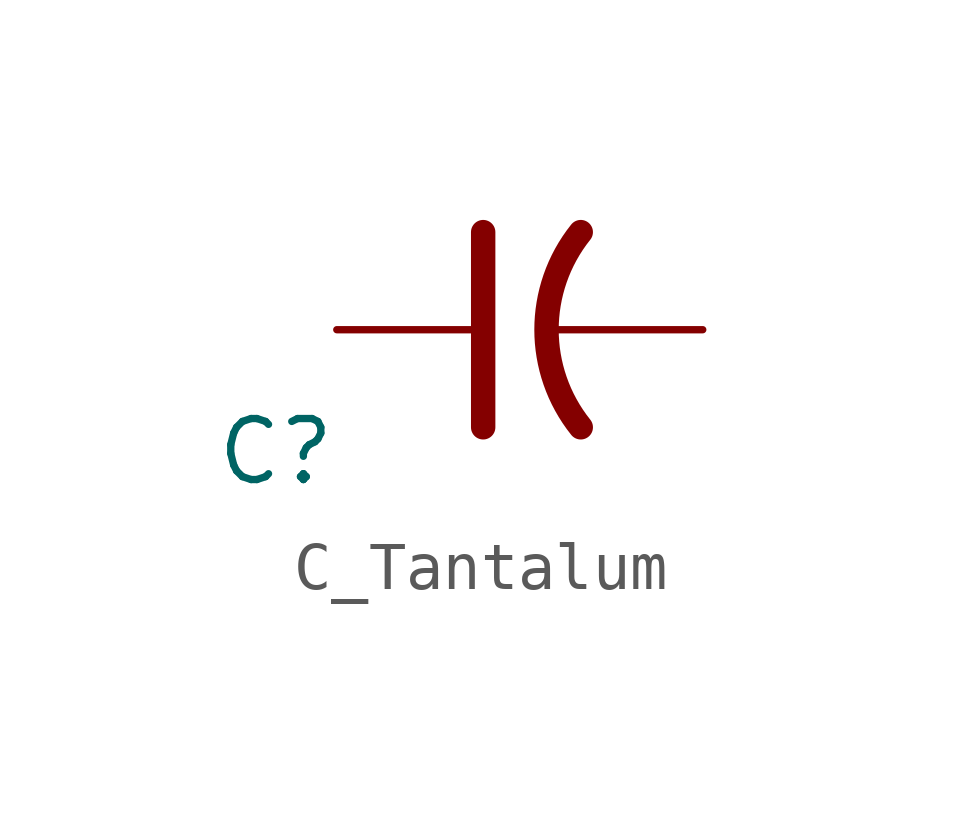
<source format=kicad_sym>
(kicad_symbol_lib
  (version 20241209)
  (generator "kicad_symbol_editor")
  (generator_version "9.0")
  (symbol "C_Tantalum"
    (pin_numbers
      (hide yes))
    (pin_names
      (offset 0)
      (hide yes))
    (property "Reference" "C"
      (at 0 0 0)
      (effects (font (size 1.27 1.27))))
    (property "Value" ""
      (at 0 0 0)
      (effects (font (size 1.27 1.27))))
    (symbol "C_Tantalum_0_1"
      (polyline (pts (xy 4.318 0.508) (xy 4.318 4.572)) (stroke (width 0.508) (type default)) (fill (type none)))
      (arc (start 6.35 0.508) (mid 5.6372 2.54) (end 6.35 4.572) (stroke (width 0.508) (type default)) (fill (type none))))
    (symbol "C_Tantalum_1_1"
      (pin passive line (at 1.27 2.54 0) (length 2.794) (name "~" (effects (font (size 1.27 1.27)))) (number "1" (effects (font (size 1.27 1.27)))))
      (pin passive line (at 8.89 2.54 180) (length 3.302) (name "~" (effects (font (size 1.27 1.27)))) (number "2" (effects (font (size 1.27 1.27))))))))
</source>
